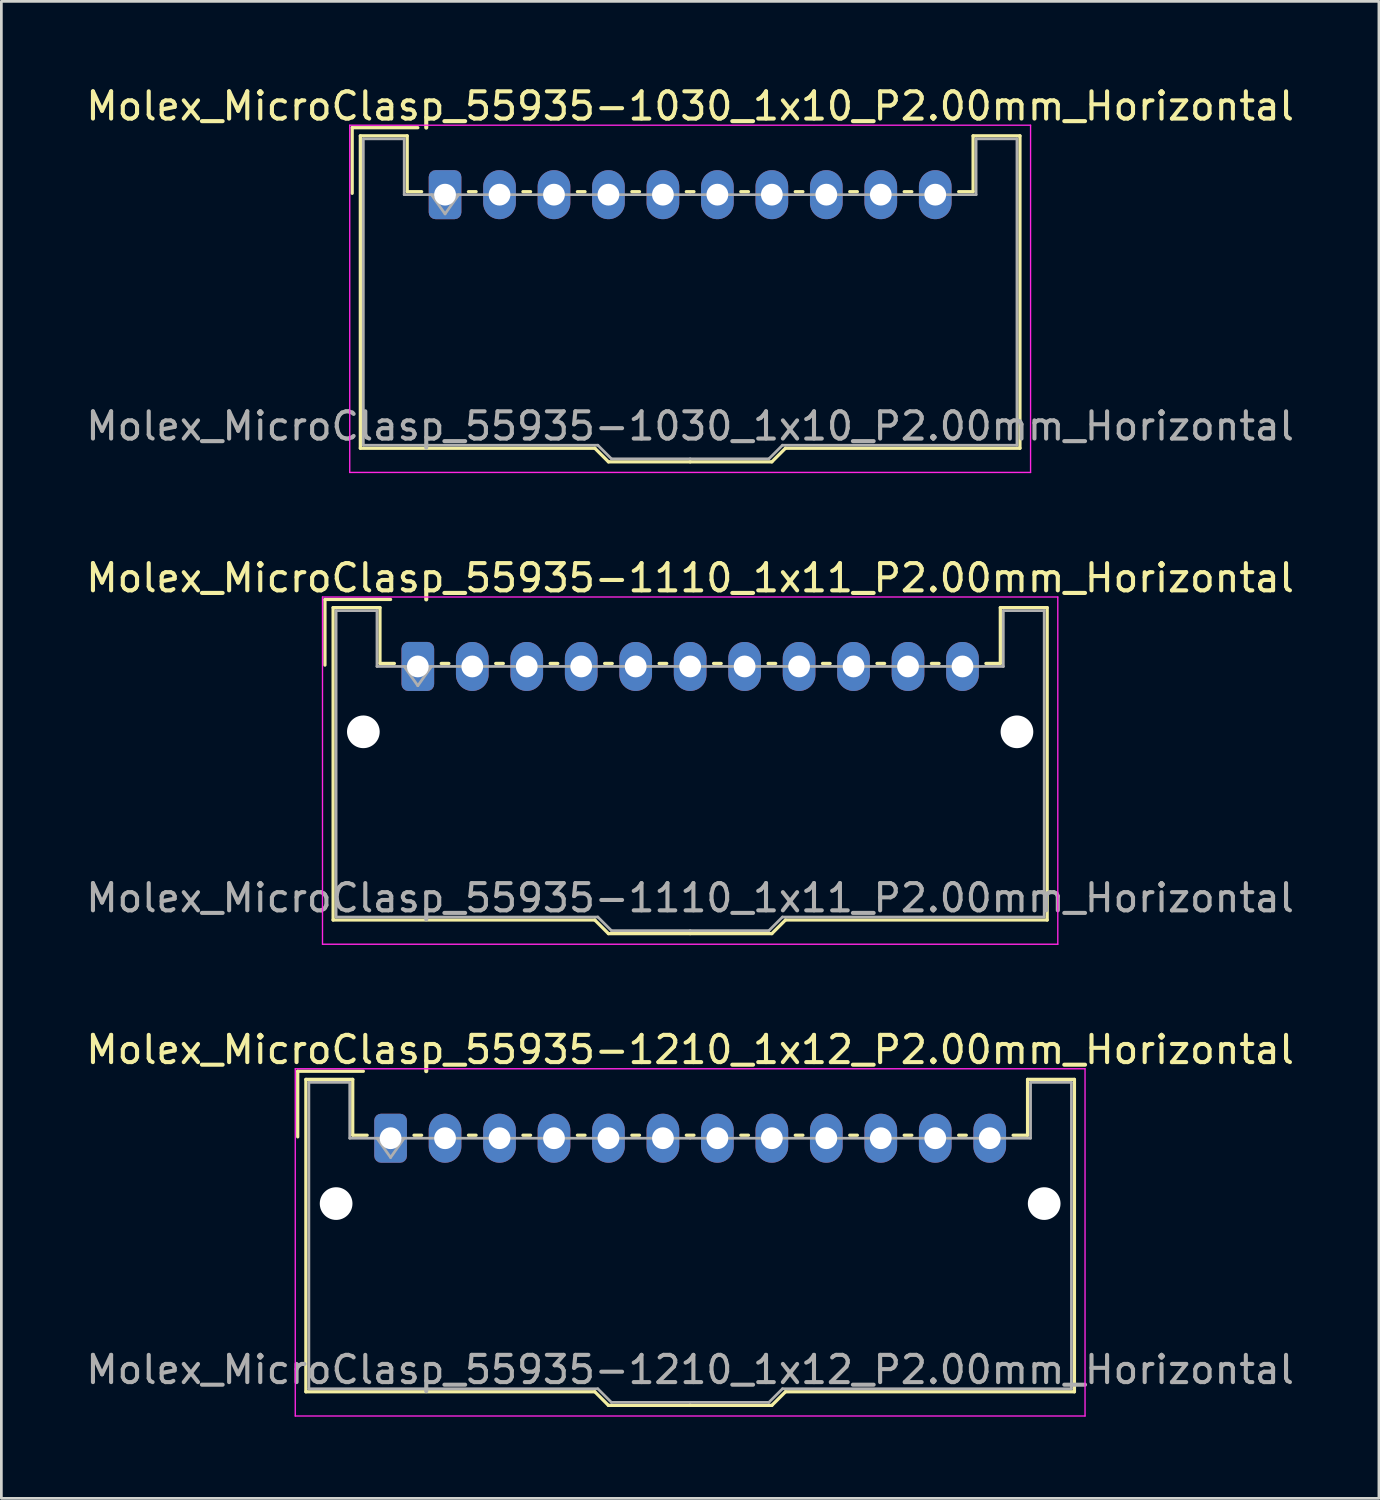
<source format=kicad_pcb>
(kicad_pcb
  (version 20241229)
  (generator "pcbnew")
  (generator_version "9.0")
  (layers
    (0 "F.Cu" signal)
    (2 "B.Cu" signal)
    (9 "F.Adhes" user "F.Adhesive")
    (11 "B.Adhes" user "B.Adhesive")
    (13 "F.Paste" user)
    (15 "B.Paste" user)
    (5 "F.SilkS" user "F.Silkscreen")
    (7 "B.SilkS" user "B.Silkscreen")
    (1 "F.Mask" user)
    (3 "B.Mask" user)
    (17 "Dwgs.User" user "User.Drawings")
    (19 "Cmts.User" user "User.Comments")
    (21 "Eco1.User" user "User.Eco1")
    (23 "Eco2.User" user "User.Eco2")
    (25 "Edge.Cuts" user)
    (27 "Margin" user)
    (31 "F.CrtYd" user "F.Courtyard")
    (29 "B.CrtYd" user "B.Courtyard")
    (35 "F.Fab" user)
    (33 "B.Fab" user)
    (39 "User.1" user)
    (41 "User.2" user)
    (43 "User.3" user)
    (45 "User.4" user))
  (footprint "Molex_MicroClasp_55935-1210_1x12_P2.00mm_Horizontal"
    (layer "F.Cu")
    (at 11.292 38.745)
    (property "Reference" "Molex_MicroClasp_55935-1210_1x12_P2.00mm_Horizontal" (at 11 -3.25 0) (layer "F.SilkS") (effects (font (size 1 1) (thickness 0.15))))
    (attr through_hole)
    (fp_line (start -3.41 -2.46) (end -1 -2.46) (stroke (width 0.12) (type solid)) (layer "F.SilkS"))
    (fp_line (start -3.41 -0.05) (end -3.41 -2.46) (stroke (width 0.12) (type solid)) (layer "F.SilkS"))
    (fp_line (start -3.11 -2.16) (end -1.39 -2.16) (stroke (width 0.12) (type solid)) (layer "F.SilkS"))
    (fp_line (start -3.11 9.31) (end -3.11 -2.16) (stroke (width 0.12) (type solid)) (layer "F.SilkS"))
    (fp_line (start -1.39 -2.16) (end -1.39 -0.11) (stroke (width 0.12) (type solid)) (layer "F.SilkS"))
    (fp_line (start -1.39 -0.11) (end -0.86 -0.11) (stroke (width 0.12) (type solid)) (layer "F.SilkS"))
    (fp_line (start 0.86 -0.11) (end 1.14 -0.11) (stroke (width 0.12) (type solid)) (layer "F.SilkS"))
    (fp_line (start 2.86 -0.11) (end 3.14 -0.11) (stroke (width 0.12) (type solid)) (layer "F.SilkS"))
    (fp_line (start 4.86 -0.11) (end 5.14 -0.11) (stroke (width 0.12) (type solid)) (layer "F.SilkS"))
    (fp_line (start 6.86 -0.11) (end 7.14 -0.11) (stroke (width 0.12) (type solid)) (layer "F.SilkS"))
    (fp_line (start 7.5 9.31) (end -3.11 9.31) (stroke (width 0.12) (type solid)) (layer "F.SilkS"))
    (fp_line (start 8 9.81) (end 7.5 9.31) (stroke (width 0.12) (type solid)) (layer "F.SilkS"))
    (fp_line (start 8.86 -0.11) (end 9.14 -0.11) (stroke (width 0.12) (type solid)) (layer "F.SilkS"))
    (fp_line (start 10.86 -0.11) (end 11.14 -0.11) (stroke (width 0.12) (type solid)) (layer "F.SilkS"))
    (fp_line (start 11 9.81) (end 8 9.81) (stroke (width 0.12) (type solid)) (layer "F.SilkS"))
    (fp_line (start 11 9.81) (end 14 9.81) (stroke (width 0.12) (type solid)) (layer "F.SilkS"))
    (fp_line (start 12.86 -0.11) (end 13.14 -0.11) (stroke (width 0.12) (type solid)) (layer "F.SilkS"))
    (fp_line (start 14 9.81) (end 14.5 9.31) (stroke (width 0.12) (type solid)) (layer "F.SilkS"))
    (fp_line (start 14.5 9.31) (end 25.11 9.31) (stroke (width 0.12) (type solid)) (layer "F.SilkS"))
    (fp_line (start 14.86 -0.11) (end 15.14 -0.11) (stroke (width 0.12) (type solid)) (layer "F.SilkS"))
    (fp_line (start 16.86 -0.11) (end 17.14 -0.11) (stroke (width 0.12) (type solid)) (layer "F.SilkS"))
    (fp_line (start 18.86 -0.11) (end 19.14 -0.11) (stroke (width 0.12) (type solid)) (layer "F.SilkS"))
    (fp_line (start 20.86 -0.11) (end 21.14 -0.11) (stroke (width 0.12) (type solid)) (layer "F.SilkS"))
    (fp_line (start 23.39 -2.16) (end 23.39 -0.11) (stroke (width 0.12) (type solid)) (layer "F.SilkS"))
    (fp_line (start 23.39 -0.11) (end 22.86 -0.11) (stroke (width 0.12) (type solid)) (layer "F.SilkS"))
    (fp_line (start 25.11 -2.16) (end 23.39 -2.16) (stroke (width 0.12) (type solid)) (layer "F.SilkS"))
    (fp_line (start 25.11 9.31) (end 25.11 -2.16) (stroke (width 0.12) (type solid)) (layer "F.SilkS"))
    (fp_line (start -3.5 -2.55) (end -3.5 10.2) (stroke (width 0.05) (type solid)) (layer "F.CrtYd"))
    (fp_line (start -3.5 10.2) (end 25.5 10.2) (stroke (width 0.05) (type solid)) (layer "F.CrtYd"))
    (fp_line (start 25.5 -2.55) (end -3.5 -2.55) (stroke (width 0.05) (type solid)) (layer "F.CrtYd"))
    (fp_line (start 25.5 10.2) (end 25.5 -2.55) (stroke (width 0.05) (type solid)) (layer "F.CrtYd"))
    (fp_line (start -3 -2.05) (end -1.5 -2.05) (stroke (width 0.1) (type solid)) (layer "F.Fab"))
    (fp_line (start -3 9.2) (end -3 -2.05) (stroke (width 0.1) (type solid)) (layer "F.Fab"))
    (fp_line (start -1.5 -2.05) (end -1.5 0) (stroke (width 0.1) (type solid)) (layer "F.Fab"))
    (fp_line (start -1.5 0) (end 11 0) (stroke (width 0.1) (type solid)) (layer "F.Fab"))
    (fp_line (start -0.5 0) (end 0 0.707) (stroke (width 0.1) (type solid)) (layer "F.Fab"))
    (fp_line (start 0 0.707) (end 0.5 0) (stroke (width 0.1) (type solid)) (layer "F.Fab"))
    (fp_line (start 7.61 9.2) (end -3 9.2) (stroke (width 0.1) (type solid)) (layer "F.Fab"))
    (fp_line (start 8.11 9.7) (end 7.61 9.2) (stroke (width 0.1) (type solid)) (layer "F.Fab"))
    (fp_line (start 11 9.7) (end 8.11 9.7) (stroke (width 0.1) (type solid)) (layer "F.Fab"))
    (fp_line (start 11 9.7) (end 13.89 9.7) (stroke (width 0.1) (type solid)) (layer "F.Fab"))
    (fp_line (start 13.89 9.7) (end 14.39 9.2) (stroke (width 0.1) (type solid)) (layer "F.Fab"))
    (fp_line (start 14.39 9.2) (end 25 9.2) (stroke (width 0.1) (type solid)) (layer "F.Fab"))
    (fp_line (start 23.5 -2.05) (end 23.5 0) (stroke (width 0.1) (type solid)) (layer "F.Fab"))
    (fp_line (start 23.5 0) (end 11 0) (stroke (width 0.1) (type solid)) (layer "F.Fab"))
    (fp_line (start 25 -2.05) (end 23.5 -2.05) (stroke (width 0.1) (type solid)) (layer "F.Fab"))
    (fp_line (start 25 9.2) (end 25 -2.05) (stroke (width 0.1) (type solid)) (layer "F.Fab"))
    (fp_text user "${REFERENCE}" (at 11 8.5 0) (layer "F.Fab") (effects (font (size 1 1) (thickness 0.15))))
    (pad "" np_thru_hole circle (at -2 2.4) (size 1.2 1.2) (drill 1.2) (layers "*.Cu" "*.Mask"))
    (pad "" np_thru_hole circle (at 24 2.4) (size 1.2 1.2) (drill 1.2) (layers "*.Cu" "*.Mask"))
    (pad "1" thru_hole roundrect (at 0 0) (size 1.2 1.8) (drill 0.8) (layers "*.Cu" "*.Mask") (roundrect_rratio 0.208))
    (pad "2" thru_hole oval (at 2 0) (size 1.2 1.8) (drill 0.8) (layers "*.Cu" "*.Mask"))
    (pad "3" thru_hole oval (at 4 0) (size 1.2 1.8) (drill 0.8) (layers "*.Cu" "*.Mask"))
    (pad "4" thru_hole oval (at 6 0) (size 1.2 1.8) (drill 0.8) (layers "*.Cu" "*.Mask"))
    (pad "5" thru_hole oval (at 8 0) (size 1.2 1.8) (drill 0.8) (layers "*.Cu" "*.Mask"))
    (pad "6" thru_hole oval (at 10 0) (size 1.2 1.8) (drill 0.8) (layers "*.Cu" "*.Mask"))
    (pad "7" thru_hole oval (at 12 0) (size 1.2 1.8) (drill 0.8) (layers "*.Cu" "*.Mask"))
    (pad "8" thru_hole oval (at 14 0) (size 1.2 1.8) (drill 0.8) (layers "*.Cu" "*.Mask"))
    (pad "9" thru_hole oval (at 16 0) (size 1.2 1.8) (drill 0.8) (layers "*.Cu" "*.Mask"))
    (pad "10" thru_hole oval (at 18 0) (size 1.2 1.8) (drill 0.8) (layers "*.Cu" "*.Mask"))
    (pad "11" thru_hole oval (at 20 0) (size 1.2 1.8) (drill 0.8) (layers "*.Cu" "*.Mask"))
    (pad "12" thru_hole oval (at 22 0) (size 1.2 1.8) (drill 0.8) (layers "*.Cu" "*.Mask")))
  (footprint "Molex_MicroClasp_55935-1110_1x11_P2.00mm_Horizontal"
    (layer "F.Cu")
    (at 12.292 21.422)
    (property "Reference" "Molex_MicroClasp_55935-1110_1x11_P2.00mm_Horizontal" (at 10 -3.25 0) (layer "F.SilkS") (effects (font (size 1 1) (thickness 0.15))))
    (attr through_hole)
    (fp_line (start -3.41 -2.46) (end -1 -2.46) (stroke (width 0.12) (type solid)) (layer "F.SilkS"))
    (fp_line (start -3.41 -0.05) (end -3.41 -2.46) (stroke (width 0.12) (type solid)) (layer "F.SilkS"))
    (fp_line (start -3.11 -2.16) (end -1.39 -2.16) (stroke (width 0.12) (type solid)) (layer "F.SilkS"))
    (fp_line (start -3.11 9.31) (end -3.11 -2.16) (stroke (width 0.12) (type solid)) (layer "F.SilkS"))
    (fp_line (start -1.39 -2.16) (end -1.39 -0.11) (stroke (width 0.12) (type solid)) (layer "F.SilkS"))
    (fp_line (start -1.39 -0.11) (end -0.86 -0.11) (stroke (width 0.12) (type solid)) (layer "F.SilkS"))
    (fp_line (start 0.86 -0.11) (end 1.14 -0.11) (stroke (width 0.12) (type solid)) (layer "F.SilkS"))
    (fp_line (start 2.86 -0.11) (end 3.14 -0.11) (stroke (width 0.12) (type solid)) (layer "F.SilkS"))
    (fp_line (start 4.86 -0.11) (end 5.14 -0.11) (stroke (width 0.12) (type solid)) (layer "F.SilkS"))
    (fp_line (start 6.5 9.31) (end -3.11 9.31) (stroke (width 0.12) (type solid)) (layer "F.SilkS"))
    (fp_line (start 6.86 -0.11) (end 7.14 -0.11) (stroke (width 0.12) (type solid)) (layer "F.SilkS"))
    (fp_line (start 7 9.81) (end 6.5 9.31) (stroke (width 0.12) (type solid)) (layer "F.SilkS"))
    (fp_line (start 8.86 -0.11) (end 9.14 -0.11) (stroke (width 0.12) (type solid)) (layer "F.SilkS"))
    (fp_line (start 10 9.81) (end 7 9.81) (stroke (width 0.12) (type solid)) (layer "F.SilkS"))
    (fp_line (start 10 9.81) (end 13 9.81) (stroke (width 0.12) (type solid)) (layer "F.SilkS"))
    (fp_line (start 10.86 -0.11) (end 11.14 -0.11) (stroke (width 0.12) (type solid)) (layer "F.SilkS"))
    (fp_line (start 12.86 -0.11) (end 13.14 -0.11) (stroke (width 0.12) (type solid)) (layer "F.SilkS"))
    (fp_line (start 13 9.81) (end 13.5 9.31) (stroke (width 0.12) (type solid)) (layer "F.SilkS"))
    (fp_line (start 13.5 9.31) (end 23.11 9.31) (stroke (width 0.12) (type solid)) (layer "F.SilkS"))
    (fp_line (start 14.86 -0.11) (end 15.14 -0.11) (stroke (width 0.12) (type solid)) (layer "F.SilkS"))
    (fp_line (start 16.86 -0.11) (end 17.14 -0.11) (stroke (width 0.12) (type solid)) (layer "F.SilkS"))
    (fp_line (start 18.86 -0.11) (end 19.14 -0.11) (stroke (width 0.12) (type solid)) (layer "F.SilkS"))
    (fp_line (start 21.39 -2.16) (end 21.39 -0.11) (stroke (width 0.12) (type solid)) (layer "F.SilkS"))
    (fp_line (start 21.39 -0.11) (end 20.86 -0.11) (stroke (width 0.12) (type solid)) (layer "F.SilkS"))
    (fp_line (start 23.11 -2.16) (end 21.39 -2.16) (stroke (width 0.12) (type solid)) (layer "F.SilkS"))
    (fp_line (start 23.11 9.31) (end 23.11 -2.16) (stroke (width 0.12) (type solid)) (layer "F.SilkS"))
    (fp_line (start -3.5 -2.55) (end -3.5 10.2) (stroke (width 0.05) (type solid)) (layer "F.CrtYd"))
    (fp_line (start -3.5 10.2) (end 23.5 10.2) (stroke (width 0.05) (type solid)) (layer "F.CrtYd"))
    (fp_line (start 23.5 -2.55) (end -3.5 -2.55) (stroke (width 0.05) (type solid)) (layer "F.CrtYd"))
    (fp_line (start 23.5 10.2) (end 23.5 -2.55) (stroke (width 0.05) (type solid)) (layer "F.CrtYd"))
    (fp_line (start -3 -2.05) (end -1.5 -2.05) (stroke (width 0.1) (type solid)) (layer "F.Fab"))
    (fp_line (start -3 9.2) (end -3 -2.05) (stroke (width 0.1) (type solid)) (layer "F.Fab"))
    (fp_line (start -1.5 -2.05) (end -1.5 0) (stroke (width 0.1) (type solid)) (layer "F.Fab"))
    (fp_line (start -1.5 0) (end 10 0) (stroke (width 0.1) (type solid)) (layer "F.Fab"))
    (fp_line (start -0.5 0) (end 0 0.707) (stroke (width 0.1) (type solid)) (layer "F.Fab"))
    (fp_line (start 0 0.707) (end 0.5 0) (stroke (width 0.1) (type solid)) (layer "F.Fab"))
    (fp_line (start 6.61 9.2) (end -3 9.2) (stroke (width 0.1) (type solid)) (layer "F.Fab"))
    (fp_line (start 7.11 9.7) (end 6.61 9.2) (stroke (width 0.1) (type solid)) (layer "F.Fab"))
    (fp_line (start 10 9.7) (end 7.11 9.7) (stroke (width 0.1) (type solid)) (layer "F.Fab"))
    (fp_line (start 10 9.7) (end 12.89 9.7) (stroke (width 0.1) (type solid)) (layer "F.Fab"))
    (fp_line (start 12.89 9.7) (end 13.39 9.2) (stroke (width 0.1) (type solid)) (layer "F.Fab"))
    (fp_line (start 13.39 9.2) (end 23 9.2) (stroke (width 0.1) (type solid)) (layer "F.Fab"))
    (fp_line (start 21.5 -2.05) (end 21.5 0) (stroke (width 0.1) (type solid)) (layer "F.Fab"))
    (fp_line (start 21.5 0) (end 10 0) (stroke (width 0.1) (type solid)) (layer "F.Fab"))
    (fp_line (start 23 -2.05) (end 21.5 -2.05) (stroke (width 0.1) (type solid)) (layer "F.Fab"))
    (fp_line (start 23 9.2) (end 23 -2.05) (stroke (width 0.1) (type solid)) (layer "F.Fab"))
    (fp_text user "${REFERENCE}" (at 10 8.5 0) (layer "F.Fab") (effects (font (size 1 1) (thickness 0.15))))
    (pad "" np_thru_hole circle (at -2 2.4) (size 1.2 1.2) (drill 1.2) (layers "*.Cu" "*.Mask"))
    (pad "" np_thru_hole circle (at 22 2.4) (size 1.2 1.2) (drill 1.2) (layers "*.Cu" "*.Mask"))
    (pad "1" thru_hole roundrect (at 0 0) (size 1.2 1.8) (drill 0.8) (layers "*.Cu" "*.Mask") (roundrect_rratio 0.208))
    (pad "2" thru_hole oval (at 2 0) (size 1.2 1.8) (drill 0.8) (layers "*.Cu" "*.Mask"))
    (pad "3" thru_hole oval (at 4 0) (size 1.2 1.8) (drill 0.8) (layers "*.Cu" "*.Mask"))
    (pad "4" thru_hole oval (at 6 0) (size 1.2 1.8) (drill 0.8) (layers "*.Cu" "*.Mask"))
    (pad "5" thru_hole oval (at 8 0) (size 1.2 1.8) (drill 0.8) (layers "*.Cu" "*.Mask"))
    (pad "6" thru_hole oval (at 10 0) (size 1.2 1.8) (drill 0.8) (layers "*.Cu" "*.Mask"))
    (pad "7" thru_hole oval (at 12 0) (size 1.2 1.8) (drill 0.8) (layers "*.Cu" "*.Mask"))
    (pad "8" thru_hole oval (at 14 0) (size 1.2 1.8) (drill 0.8) (layers "*.Cu" "*.Mask"))
    (pad "9" thru_hole oval (at 16 0) (size 1.2 1.8) (drill 0.8) (layers "*.Cu" "*.Mask"))
    (pad "10" thru_hole oval (at 18 0) (size 1.2 1.8) (drill 0.8) (layers "*.Cu" "*.Mask"))
    (pad "11" thru_hole oval (at 20 0) (size 1.2 1.8) (drill 0.8) (layers "*.Cu" "*.Mask")))
  (footprint "Molex_MicroClasp_55935-1030_1x10_P2.00mm_Horizontal"
    (layer "F.Cu")
    (at 13.292 4.098)
    (property "Reference" "Molex_MicroClasp_55935-1030_1x10_P2.00mm_Horizontal" (at 9 -3.25 0) (layer "F.SilkS") (effects (font (size 1 1) (thickness 0.15))))
    (attr through_hole)
    (fp_line (start -3.41 -2.46) (end -1 -2.46) (stroke (width 0.12) (type solid)) (layer "F.SilkS"))
    (fp_line (start -3.41 -0.05) (end -3.41 -2.46) (stroke (width 0.12) (type solid)) (layer "F.SilkS"))
    (fp_line (start -3.11 -2.16) (end -1.39 -2.16) (stroke (width 0.12) (type solid)) (layer "F.SilkS"))
    (fp_line (start -3.11 9.31) (end -3.11 -2.16) (stroke (width 0.12) (type solid)) (layer "F.SilkS"))
    (fp_line (start -1.39 -2.16) (end -1.39 -0.11) (stroke (width 0.12) (type solid)) (layer "F.SilkS"))
    (fp_line (start -1.39 -0.11) (end -0.86 -0.11) (stroke (width 0.12) (type solid)) (layer "F.SilkS"))
    (fp_line (start 0.86 -0.11) (end 1.14 -0.11) (stroke (width 0.12) (type solid)) (layer "F.SilkS"))
    (fp_line (start 2.86 -0.11) (end 3.14 -0.11) (stroke (width 0.12) (type solid)) (layer "F.SilkS"))
    (fp_line (start 4.86 -0.11) (end 5.14 -0.11) (stroke (width 0.12) (type solid)) (layer "F.SilkS"))
    (fp_line (start 5.5 9.31) (end -3.11 9.31) (stroke (width 0.12) (type solid)) (layer "F.SilkS"))
    (fp_line (start 6 9.81) (end 5.5 9.31) (stroke (width 0.12) (type solid)) (layer "F.SilkS"))
    (fp_line (start 6.86 -0.11) (end 7.14 -0.11) (stroke (width 0.12) (type solid)) (layer "F.SilkS"))
    (fp_line (start 8.86 -0.11) (end 9.14 -0.11) (stroke (width 0.12) (type solid)) (layer "F.SilkS"))
    (fp_line (start 9 9.81) (end 6 9.81) (stroke (width 0.12) (type solid)) (layer "F.SilkS"))
    (fp_line (start 9 9.81) (end 12 9.81) (stroke (width 0.12) (type solid)) (layer "F.SilkS"))
    (fp_line (start 10.86 -0.11) (end 11.14 -0.11) (stroke (width 0.12) (type solid)) (layer "F.SilkS"))
    (fp_line (start 12 9.81) (end 12.5 9.31) (stroke (width 0.12) (type solid)) (layer "F.SilkS"))
    (fp_line (start 12.5 9.31) (end 21.11 9.31) (stroke (width 0.12) (type solid)) (layer "F.SilkS"))
    (fp_line (start 12.86 -0.11) (end 13.14 -0.11) (stroke (width 0.12) (type solid)) (layer "F.SilkS"))
    (fp_line (start 14.86 -0.11) (end 15.14 -0.11) (stroke (width 0.12) (type solid)) (layer "F.SilkS"))
    (fp_line (start 16.86 -0.11) (end 17.14 -0.11) (stroke (width 0.12) (type solid)) (layer "F.SilkS"))
    (fp_line (start 19.39 -2.16) (end 19.39 -0.11) (stroke (width 0.12) (type solid)) (layer "F.SilkS"))
    (fp_line (start 19.39 -0.11) (end 18.86 -0.11) (stroke (width 0.12) (type solid)) (layer "F.SilkS"))
    (fp_line (start 21.11 -2.16) (end 19.39 -2.16) (stroke (width 0.12) (type solid)) (layer "F.SilkS"))
    (fp_line (start 21.11 9.31) (end 21.11 -2.16) (stroke (width 0.12) (type solid)) (layer "F.SilkS"))
    (fp_line (start -3.5 -2.55) (end -3.5 10.2) (stroke (width 0.05) (type solid)) (layer "F.CrtYd"))
    (fp_line (start -3.5 10.2) (end 21.5 10.2) (stroke (width 0.05) (type solid)) (layer "F.CrtYd"))
    (fp_line (start 21.5 -2.55) (end -3.5 -2.55) (stroke (width 0.05) (type solid)) (layer "F.CrtYd"))
    (fp_line (start 21.5 10.2) (end 21.5 -2.55) (stroke (width 0.05) (type solid)) (layer "F.CrtYd"))
    (fp_line (start -3 -2.05) (end -1.5 -2.05) (stroke (width 0.1) (type solid)) (layer "F.Fab"))
    (fp_line (start -3 9.2) (end -3 -2.05) (stroke (width 0.1) (type solid)) (layer "F.Fab"))
    (fp_line (start -1.5 -2.05) (end -1.5 0) (stroke (width 0.1) (type solid)) (layer "F.Fab"))
    (fp_line (start -1.5 0) (end 9 0) (stroke (width 0.1) (type solid)) (layer "F.Fab"))
    (fp_line (start -0.5 0) (end 0 0.707) (stroke (width 0.1) (type solid)) (layer "F.Fab"))
    (fp_line (start 0 0.707) (end 0.5 0) (stroke (width 0.1) (type solid)) (layer "F.Fab"))
    (fp_line (start 5.61 9.2) (end -3 9.2) (stroke (width 0.1) (type solid)) (layer "F.Fab"))
    (fp_line (start 6.11 9.7) (end 5.61 9.2) (stroke (width 0.1) (type solid)) (layer "F.Fab"))
    (fp_line (start 9 9.7) (end 6.11 9.7) (stroke (width 0.1) (type solid)) (layer "F.Fab"))
    (fp_line (start 9 9.7) (end 11.89 9.7) (stroke (width 0.1) (type solid)) (layer "F.Fab"))
    (fp_line (start 11.89 9.7) (end 12.39 9.2) (stroke (width 0.1) (type solid)) (layer "F.Fab"))
    (fp_line (start 12.39 9.2) (end 21 9.2) (stroke (width 0.1) (type solid)) (layer "F.Fab"))
    (fp_line (start 19.5 -2.05) (end 19.5 0) (stroke (width 0.1) (type solid)) (layer "F.Fab"))
    (fp_line (start 19.5 0) (end 9 0) (stroke (width 0.1) (type solid)) (layer "F.Fab"))
    (fp_line (start 21 -2.05) (end 19.5 -2.05) (stroke (width 0.1) (type solid)) (layer "F.Fab"))
    (fp_line (start 21 9.2) (end 21 -2.05) (stroke (width 0.1) (type solid)) (layer "F.Fab"))
    (fp_text user "${REFERENCE}" (at 9 8.5 0) (layer "F.Fab") (effects (font (size 1 1) (thickness 0.15))))
    (pad "1" thru_hole roundrect (at 0 0) (size 1.2 1.8) (drill 0.8) (layers "*.Cu" "*.Mask") (roundrect_rratio 0.208))
    (pad "2" thru_hole oval (at 2 0) (size 1.2 1.8) (drill 0.8) (layers "*.Cu" "*.Mask"))
    (pad "3" thru_hole oval (at 4 0) (size 1.2 1.8) (drill 0.8) (layers "*.Cu" "*.Mask"))
    (pad "4" thru_hole oval (at 6 0) (size 1.2 1.8) (drill 0.8) (layers "*.Cu" "*.Mask"))
    (pad "5" thru_hole oval (at 8 0) (size 1.2 1.8) (drill 0.8) (layers "*.Cu" "*.Mask"))
    (pad "6" thru_hole oval (at 10 0) (size 1.2 1.8) (drill 0.8) (layers "*.Cu" "*.Mask"))
    (pad "7" thru_hole oval (at 12 0) (size 1.2 1.8) (drill 0.8) (layers "*.Cu" "*.Mask"))
    (pad "8" thru_hole oval (at 14 0) (size 1.2 1.8) (drill 0.8) (layers "*.Cu" "*.Mask"))
    (pad "9" thru_hole oval (at 16 0) (size 1.2 1.8) (drill 0.8) (layers "*.Cu" "*.Mask"))
    (pad "10" thru_hole oval (at 18 0) (size 1.2 1.8) (drill 0.8) (layers "*.Cu" "*.Mask")))
  (gr_rect
    (start -3 -3)
    (end 47.583 51.97)
    (stroke (width 0.1) (type default))
    (fill no)
    (layer "Edge.Cuts")))
</source>
